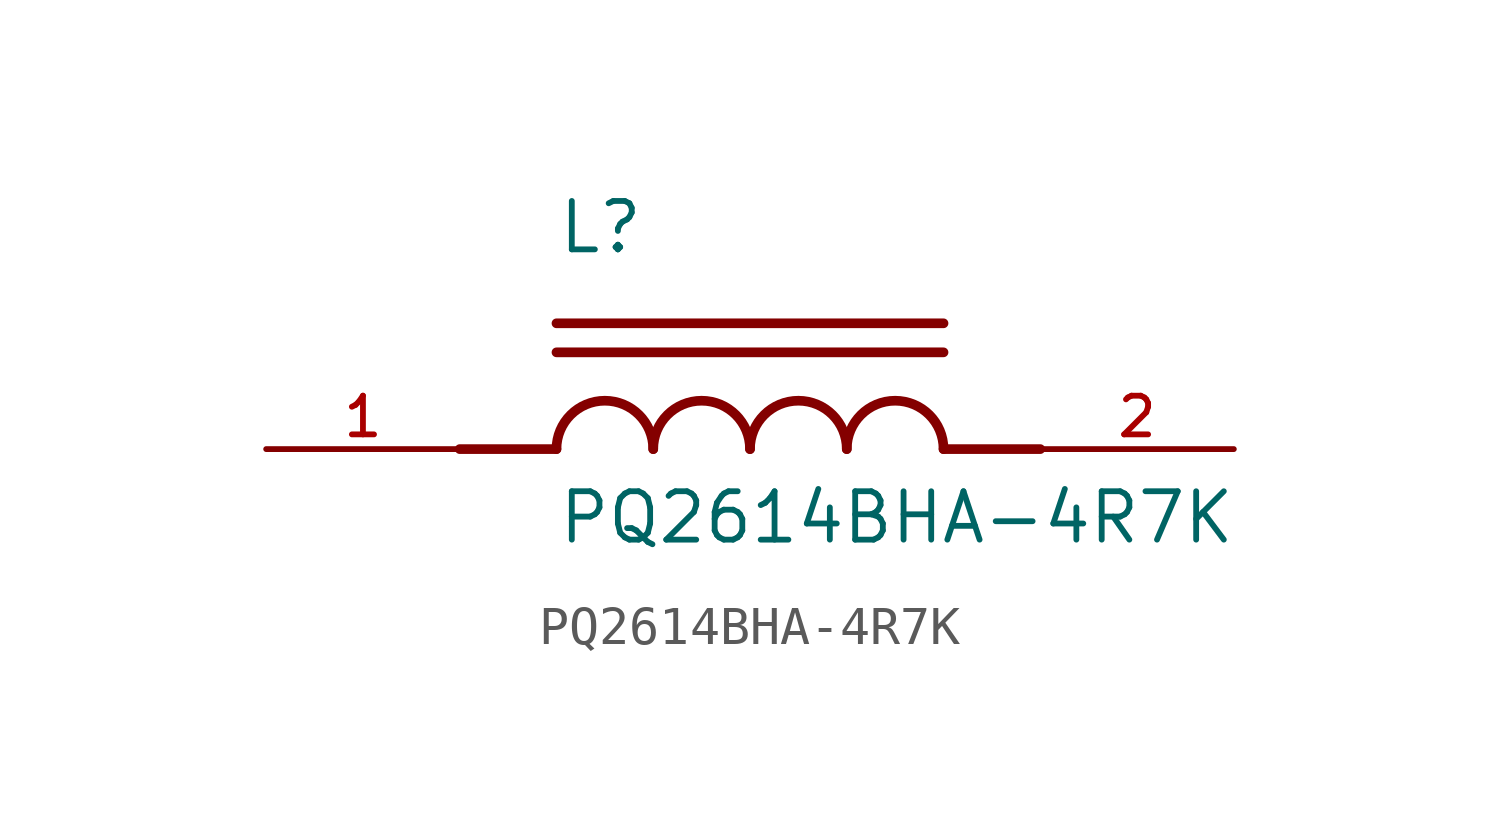
<source format=kicad_sym>
(kicad_symbol_lib
  (version 20211014)
  (generator kicad_symbol_editor)
  (symbol "PQ2614BHA-4R7K"
    (pin_names
      (offset 1.016))
    (property "Reference" "L"
      (at -5.08 5.08 0)
      (effects (font (size 1.27 1.27)) (justify bottom left)))
    (property "Value" "PQ2614BHA-4R7K"
      (at -5.08 -2.54 0)
      (effects (font (size 1.27 1.27)) (justify bottom left)))
    (symbol "PQ2614BHA-4R7K_0_0"
      (polyline (pts (xy -5.08 0.0) (xy -7.62 0.0)) (stroke (width 0.254)))
      (polyline (pts (xy 5.08 0.0) (xy 7.62 0.0)) (stroke (width 0.254)))
      (arc (start -2.54 0.0) (mid -3.81 1.27) (end -5.08 0.0) (stroke (width 0.254) (type default) (color 0 0 0 0)) (fill (type none)))
      (arc (start 0.0 0.0) (mid -1.27 1.27) (end -2.54 0.0) (stroke (width 0.254) (type default) (color 0 0 0 0)) (fill (type none)))
      (arc (start 2.54 0.0) (mid 1.27 1.27) (end 0.0 0.0) (stroke (width 0.254) (type default) (color 0 0 0 0)) (fill (type none)))
      (arc (start 5.08 0.0) (mid 3.81 1.27) (end 2.54 0.0) (stroke (width 0.254) (type default) (color 0 0 0 0)) (fill (type none)))
      (polyline (pts (xy -5.08 2.54) (xy 5.08 2.54)) (stroke (width 0.254)))
      (polyline (pts (xy -5.08 3.302) (xy 5.08 3.302)) (stroke (width 0.254)))
      (pin passive line (at -12.7 0.0 0) (length 5.08) (name "~" (effects (font (size 1.016 1.016)))) (number "1" (effects (font (size 1.016 1.016)))))
      (pin passive line (at 12.7 0.0 180.0) (length 5.08) (name "~" (effects (font (size 1.016 1.016)))) (number "2" (effects (font (size 1.016 1.016))))))))
</source>
